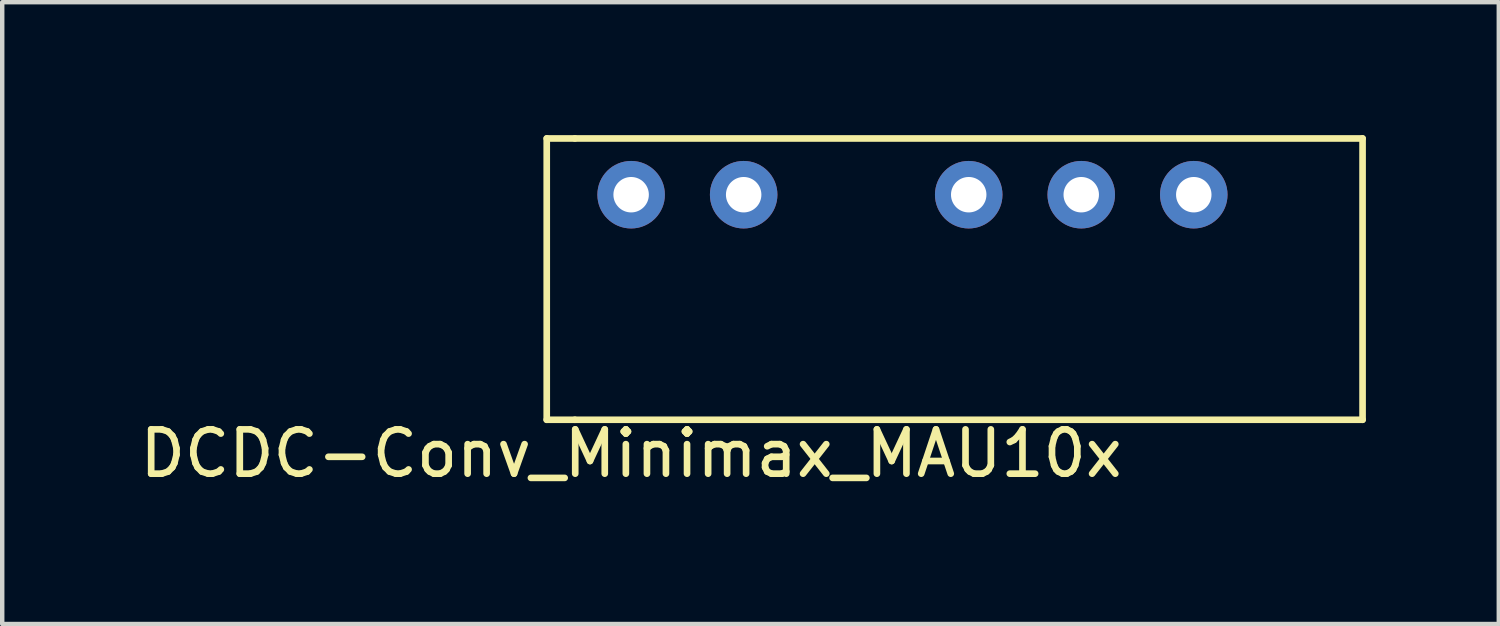
<source format=kicad_pcb>
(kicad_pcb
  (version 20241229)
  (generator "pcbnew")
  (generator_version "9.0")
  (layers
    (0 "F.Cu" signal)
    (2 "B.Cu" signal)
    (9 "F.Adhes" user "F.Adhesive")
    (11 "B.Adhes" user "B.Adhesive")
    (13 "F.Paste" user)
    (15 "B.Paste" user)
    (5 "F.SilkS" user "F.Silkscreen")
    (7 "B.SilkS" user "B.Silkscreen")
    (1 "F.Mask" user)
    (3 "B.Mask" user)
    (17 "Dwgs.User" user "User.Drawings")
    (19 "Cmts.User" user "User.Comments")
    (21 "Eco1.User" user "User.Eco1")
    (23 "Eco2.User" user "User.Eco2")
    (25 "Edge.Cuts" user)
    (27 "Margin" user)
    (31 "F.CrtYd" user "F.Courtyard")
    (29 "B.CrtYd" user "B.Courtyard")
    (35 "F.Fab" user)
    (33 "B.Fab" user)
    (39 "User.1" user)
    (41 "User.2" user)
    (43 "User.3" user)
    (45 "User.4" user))
  (footprint "DCDC-Conv_Minimax_MAU10x"
    (layer "F.Cu")
    (at 11.196 6.425)
    (property "Reference" "DCDC-Conv_Minimax_MAU10x" (at 0 0.762 0) (layer "F.SilkS") (effects (font (size 1 1) (thickness 0.15))))
    (attr through_hole)
    (fp_line (start -1.905 -6.35) (end -1.905 0) (stroke (width 0.15) (type solid)) (layer "F.SilkS"))
    (fp_line (start -1.905 0) (end -1.27 0) (stroke (width 0.15) (type solid)) (layer "F.SilkS"))
    (fp_line (start -1.27 -6.35) (end -1.905 -6.35) (stroke (width 0.15) (type solid)) (layer "F.SilkS"))
    (fp_line (start -1.27 -6.35) (end 16.51 -6.35) (stroke (width 0.15) (type solid)) (layer "F.SilkS"))
    (fp_line (start 16.51 -6.35) (end 16.51 0) (stroke (width 0.15) (type solid)) (layer "F.SilkS"))
    (fp_line (start 16.51 0) (end -1.27 0) (stroke (width 0.15) (type solid)) (layer "F.SilkS"))
    (pad "1" thru_hole circle (at 0 -5.08) (size 1.524 1.524) (drill 0.8) (layers "*.Cu" "*.Mask"))
    (pad "2" thru_hole circle (at 2.54 -5.08) (size 1.524 1.524) (drill 0.8) (layers "*.Cu" "*.Mask"))
    (pad "4" thru_hole circle (at 7.62 -5.08 90) (size 1.524 1.524) (drill 0.8) (layers "*.Cu" "*.Mask"))
    (pad "5" thru_hole circle (at 10.16 -5.08) (size 1.524 1.524) (drill 0.8) (layers "*.Cu" "*.Mask"))
    (pad "6" thru_hole circle (at 12.7 -5.08) (size 1.524 1.524) (drill 0.8) (layers "*.Cu" "*.Mask")))
  (gr_rect
    (start -3 -3)
    (end 30.781 11.035)
    (stroke (width 0.1) (type default))
    (fill no)
    (layer "Edge.Cuts")))
</source>
